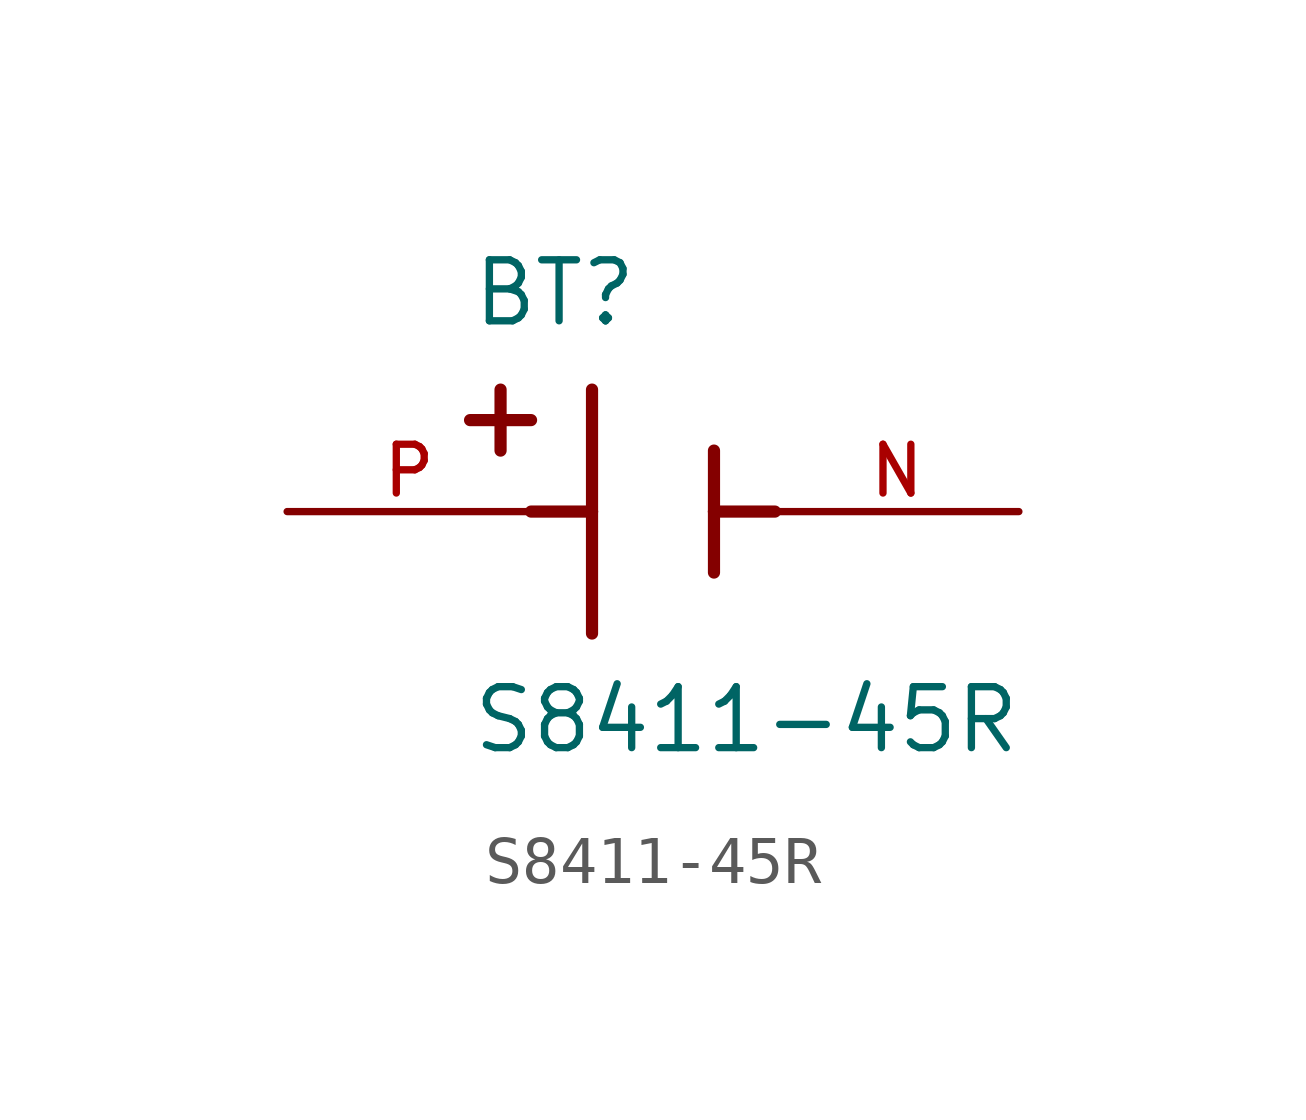
<source format=kicad_sym>
(kicad_symbol_lib
  (version 20231120)
  (generator "kicad_symbol_editor")
  (generator_version "8.0")
  (symbol "S8411-45R"
    (pin_names
      (offset 1.016))
    (property "Reference" "BT"
      (at -3.81 3.81 0)
      (effects (font (size 1.27 1.27)) (justify left bottom)))
    (property "Value" "S8411-45R"
      (at -3.81 -5.08 0)
      (effects (font (size 1.27 1.27)) (justify left bottom)))
    (symbol "S8411-45R_0_0"
      (polyline (pts (xy -3.81 1.905) (xy -2.54 1.905)) (stroke (width 0.254) (type default)) (fill (type none)))
      (polyline (pts (xy -3.175 2.54) (xy -3.175 1.27)) (stroke (width 0.254) (type default)) (fill (type none)))
      (polyline (pts (xy -1.27 0) (xy -2.54 0)) (stroke (width 0.254) (type default)) (fill (type none)))
      (polyline (pts (xy -1.27 0) (xy -1.27 -2.54)) (stroke (width 0.254) (type default)) (fill (type none)))
      (polyline (pts (xy -1.27 2.54) (xy -1.27 0)) (stroke (width 0.254) (type default)) (fill (type none)))
      (polyline (pts (xy 1.27 0) (xy 1.27 -1.27)) (stroke (width 0.254) (type default)) (fill (type none)))
      (polyline (pts (xy 1.27 0) (xy 2.54 0)) (stroke (width 0.254) (type default)) (fill (type none)))
      (polyline (pts (xy 1.27 1.27) (xy 1.27 0)) (stroke (width 0.254) (type default)) (fill (type none)))
      (pin passive line (at 7.62 0 180) (length 5.08) (name "~" (effects (font (size 1.016 1.016)))) (number "N" (effects (font (size 1.016 1.016)))))
      (pin passive line (at -7.62 0 0) (length 5.08) (name "~" (effects (font (size 1.016 1.016)))) (number "P" (effects (font (size 1.016 1.016))))))))
</source>
